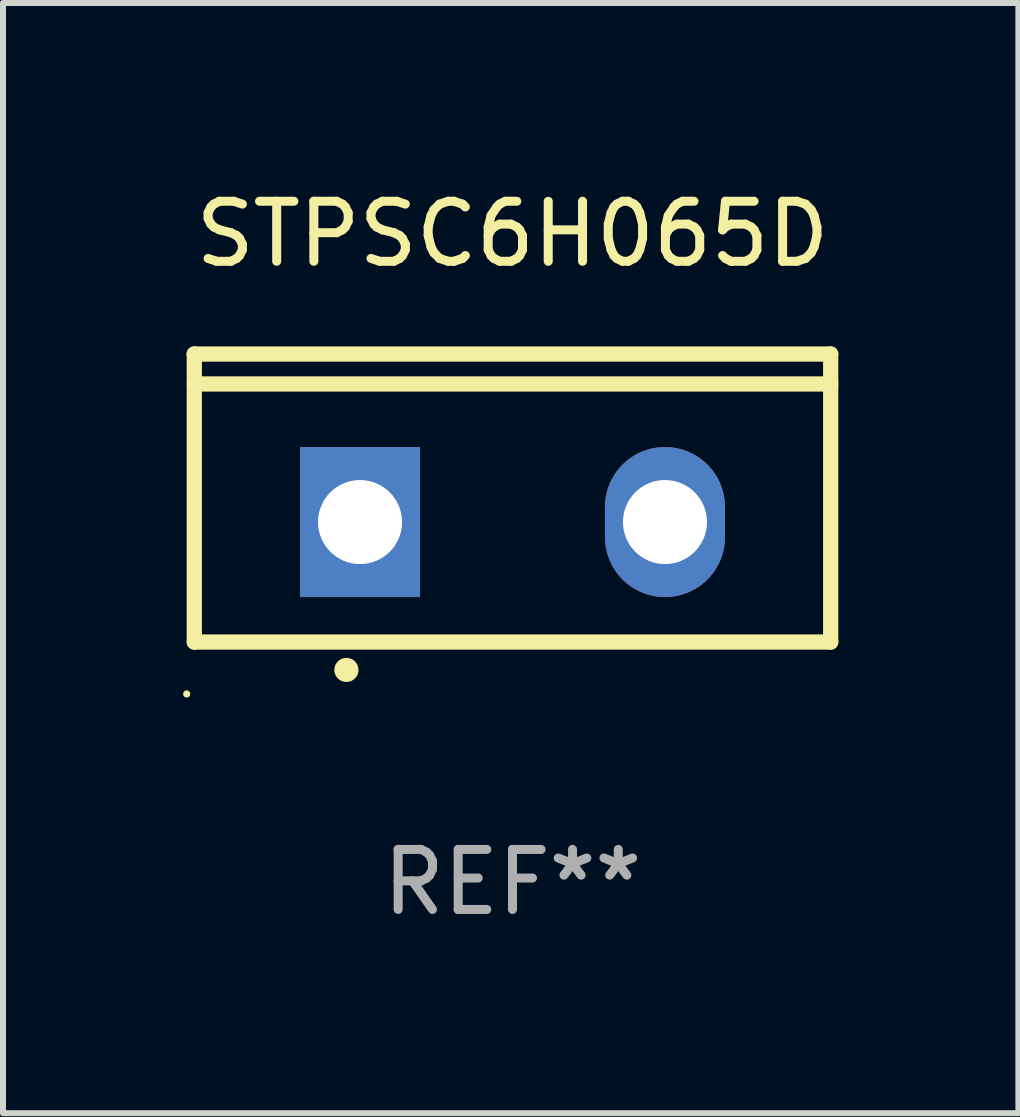
<source format=kicad_pcb>
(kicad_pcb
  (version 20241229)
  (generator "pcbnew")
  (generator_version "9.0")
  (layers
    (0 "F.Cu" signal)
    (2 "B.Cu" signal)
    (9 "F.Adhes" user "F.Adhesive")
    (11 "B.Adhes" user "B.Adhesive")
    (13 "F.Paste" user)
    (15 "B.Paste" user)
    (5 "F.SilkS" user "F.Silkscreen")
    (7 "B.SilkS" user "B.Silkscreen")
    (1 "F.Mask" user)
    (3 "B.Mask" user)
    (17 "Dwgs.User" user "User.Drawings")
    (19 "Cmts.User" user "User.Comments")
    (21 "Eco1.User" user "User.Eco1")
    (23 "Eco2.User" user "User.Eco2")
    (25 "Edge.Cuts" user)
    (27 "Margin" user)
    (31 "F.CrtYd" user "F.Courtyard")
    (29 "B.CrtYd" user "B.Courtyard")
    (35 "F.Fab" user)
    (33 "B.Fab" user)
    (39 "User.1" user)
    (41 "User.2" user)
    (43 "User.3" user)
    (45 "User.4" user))
  (footprint "STPSC6H065D"
    (layer "F.Cu")
    (at 5.488 5.247)
    (property "Reference" "STPSC6H065D" (at 0 -4.399 0) (layer "F.SilkS") (effects (font (size 1 1) (thickness 0.15))))
    (attr through_hole)
    (fp_line (start -5.301 -2.399) (end 5.301 -2.399) (stroke (width 0.254) (type solid)) (layer "F.SilkS"))
    (fp_line (start -5.301 -2.394) (end -5.301 -2.399) (stroke (width 0.254) (type solid)) (layer "F.SilkS"))
    (fp_line (start -5.301 2.399) (end -5.301 -2.394) (stroke (width 0.254) (type solid)) (layer "F.SilkS"))
    (fp_line (start 5.3 -1.9) (end -5.3 -1.9) (stroke (width 0.254) (type solid)) (layer "F.SilkS"))
    (fp_line (start 5.301 -2.399) (end 5.301 2.399) (stroke (width 0.254) (type solid)) (layer "F.SilkS"))
    (fp_line (start 5.301 2.399) (end -5.301 2.399) (stroke (width 0.254) (type solid)) (layer "F.SilkS"))
    (fp_arc (start -2.768606 2.863843) (mid -2.767336 2.863839) (end -2.766066 2.863843) (stroke (width 0.4) (type solid)) (layer "F.SilkS"))
    (fp_circle (center -5.428 3.264) (end -5.398 3.264) (stroke (width 0.06) (type solid)) (fill no) (layer "F.SilkS"))
    (fp_text user "REF**" (at 0 6.399 0) (layer "F.Fab") (effects (font (size 1 1) (thickness 0.15))))
    (pad "1" thru_hole rect (at -2.54 0.4) (size 2 2.5) (drill 1.4) (layers "*.Cu" "*.Mask"))
    (pad "2" thru_hole oval (at 2.54 0.4) (size 2 2.5) (drill 1.4) (layers "*.Cu" "*.Mask")))
  (gr_rect
    (start -3 -3)
    (end 13.916 15.495)
    (stroke (width 0.1) (type default))
    (fill no)
    (layer "Edge.Cuts")))
</source>
